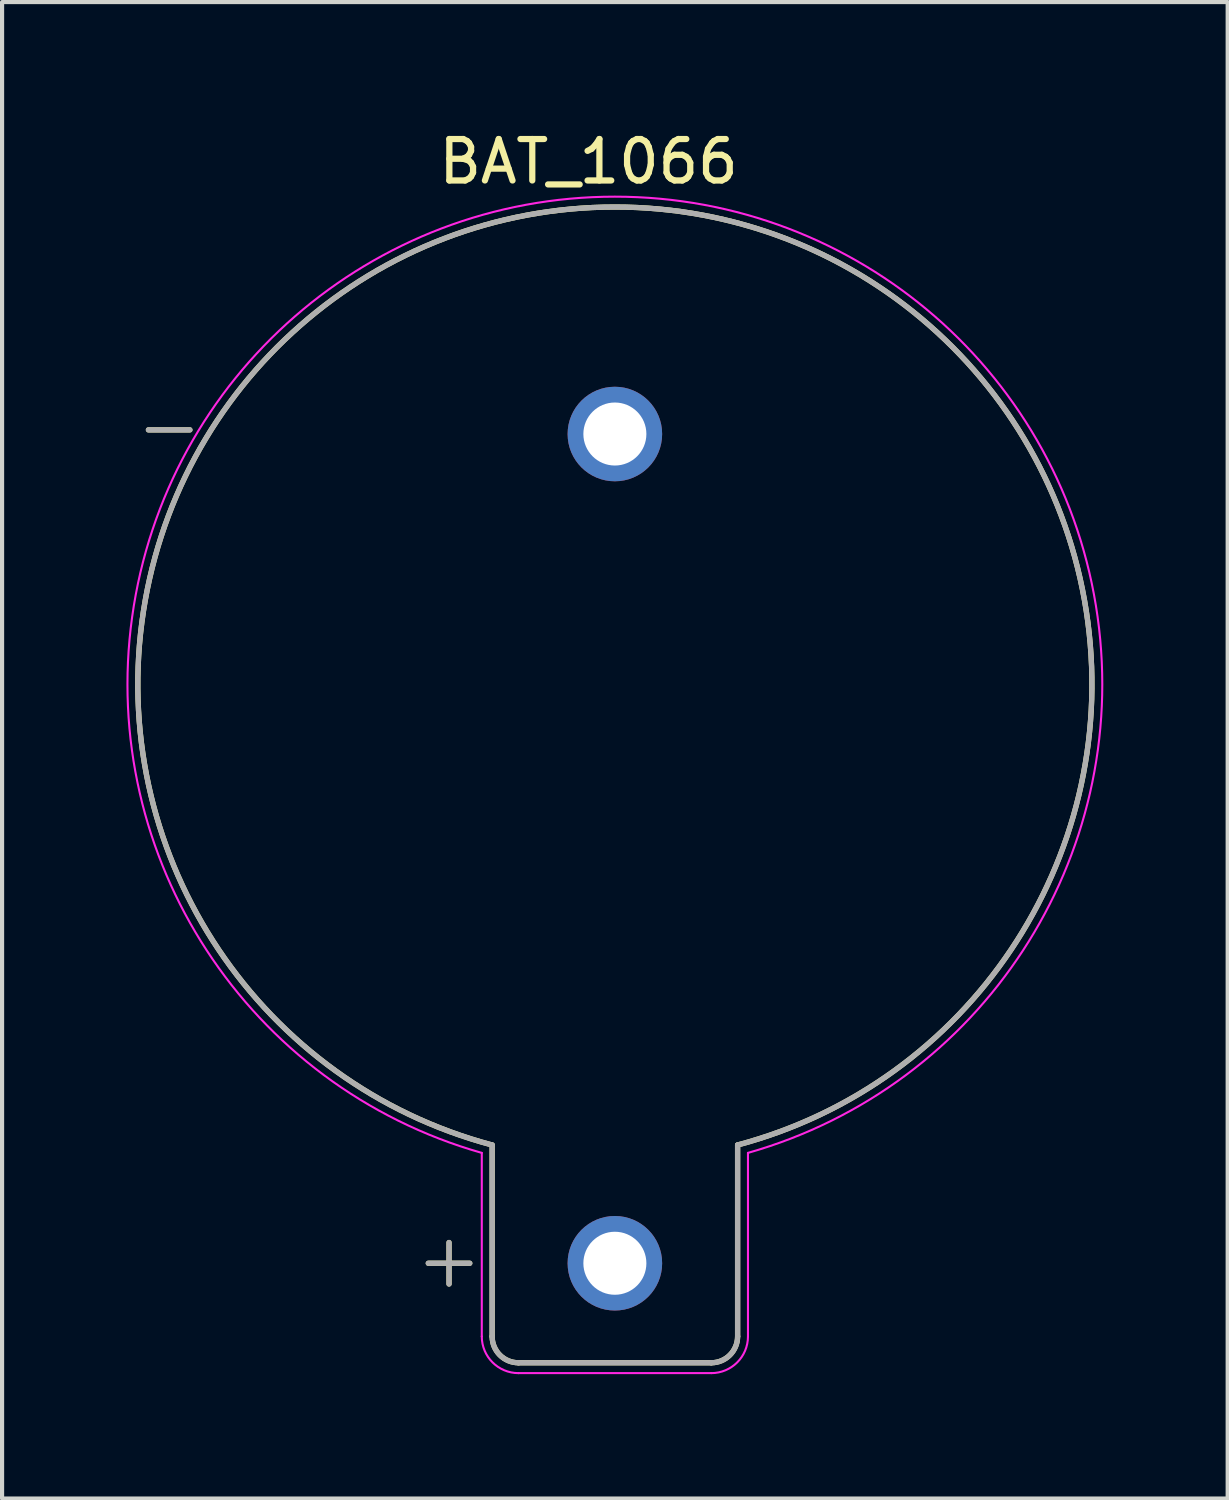
<source format=kicad_pcb>
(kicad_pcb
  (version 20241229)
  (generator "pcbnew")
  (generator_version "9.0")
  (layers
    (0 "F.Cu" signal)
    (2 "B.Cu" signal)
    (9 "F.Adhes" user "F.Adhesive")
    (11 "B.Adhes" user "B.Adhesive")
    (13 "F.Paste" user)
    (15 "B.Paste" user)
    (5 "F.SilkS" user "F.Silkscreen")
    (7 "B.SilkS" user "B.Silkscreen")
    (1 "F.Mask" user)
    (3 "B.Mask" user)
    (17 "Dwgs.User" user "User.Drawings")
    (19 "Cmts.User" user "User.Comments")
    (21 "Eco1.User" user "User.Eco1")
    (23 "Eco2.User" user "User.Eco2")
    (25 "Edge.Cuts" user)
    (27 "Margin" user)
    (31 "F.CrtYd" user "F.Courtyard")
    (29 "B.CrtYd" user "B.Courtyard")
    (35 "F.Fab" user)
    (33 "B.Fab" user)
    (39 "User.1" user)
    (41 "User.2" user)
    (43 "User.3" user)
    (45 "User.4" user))
  (footprint "BAT_1066"
    (layer "F.Cu")
    (at 11.78 13.548)
    (property "Reference" "BAT_1066" (at -0.635 -12.7 0) (layer "F.SilkS") (effects (font (size 1 1) (thickness 0.15))))
    (attr through_hole)
    (fp_line (start -10.25 -6.23) (end -11.25 -6.23) (stroke (width 0.127) (type solid)) (layer "F.SilkS"))
    (fp_line (start -4.5 13.87) (end -3.5 13.87) (stroke (width 0.127) (type solid)) (layer "F.SilkS"))
    (fp_line (start -4 13.37) (end -4 14.37) (stroke (width 0.127) (type solid)) (layer "F.SilkS"))
    (fp_line (start -2.96 11.018) (end -2.96 15.635) (stroke (width 0.127) (type solid)) (layer "F.SilkS"))
    (fp_line (start -2.325 16.27) (end 2.325 16.27) (stroke (width 0.127) (type solid)) (layer "F.SilkS"))
    (fp_line (start 2.96 15.635) (end 2.96 11.018) (stroke (width 0.127) (type solid)) (layer "F.SilkS"))
    (fp_arc (start -2.96 11.0177) (mid 0 -11.605307) (end 2.96 11.0177) (stroke (width 0.127) (type solid)) (layer "F.SilkS"))
    (fp_arc (start -2.325 16.27) (mid -2.774013 16.084013) (end -2.96 15.635) (stroke (width 0.127) (type solid)) (layer "F.SilkS"))
    (fp_arc (start 2.96 15.635) (mid 2.774013 16.084013) (end 2.325 16.27) (stroke (width 0.127) (type solid)) (layer "F.SilkS"))
    (fp_line (start -3.21 11.208) (end -3.21 15.635) (stroke (width 0.05) (type solid)) (layer "F.CrtYd"))
    (fp_line (start -2.325 16.52) (end 2.325 16.52) (stroke (width 0.05) (type solid)) (layer "F.CrtYd"))
    (fp_line (start 3.21 15.635) (end 3.21 11.208) (stroke (width 0.05) (type solid)) (layer "F.CrtYd"))
    (fp_arc (start -3.21 11.2082) (mid 0 -11.854799) (end 3.21 11.2082) (stroke (width 0.05) (type solid)) (layer "F.CrtYd"))
    (fp_arc (start -2.325 16.52) (mid -2.95079 16.26079) (end -3.21 15.635) (stroke (width 0.05) (type solid)) (layer "F.CrtYd"))
    (fp_arc (start 3.21 15.635) (mid 2.95079 16.26079) (end 2.325 16.52) (stroke (width 0.05) (type solid)) (layer "F.CrtYd"))
    (fp_line (start -11.25 -6.23) (end -10.25 -6.23) (stroke (width 0.127) (type solid)) (layer "F.Fab"))
    (fp_line (start -4 13.37) (end -4 14.37) (stroke (width 0.127) (type solid)) (layer "F.Fab"))
    (fp_line (start -3.5 13.87) (end -4.5 13.87) (stroke (width 0.127) (type solid)) (layer "F.Fab"))
    (fp_line (start -2.96 11.018) (end -2.96 15.635) (stroke (width 0.127) (type solid)) (layer "F.Fab"))
    (fp_line (start -2.325 16.27) (end 2.325 16.27) (stroke (width 0.127) (type solid)) (layer "F.Fab"))
    (fp_line (start 2.96 15.635) (end 2.96 11.018) (stroke (width 0.127) (type solid)) (layer "F.Fab"))
    (fp_arc (start -2.96 11.0177) (mid 0 -11.605307) (end 2.96 11.0177) (stroke (width 0.127) (type solid)) (layer "F.Fab"))
    (fp_arc (start -2.325 16.27) (mid -2.774013 16.084013) (end -2.96 15.635) (stroke (width 0.127) (type solid)) (layer "F.Fab"))
    (fp_arc (start 2.96 15.635) (mid 2.774013 16.084013) (end 2.325 16.27) (stroke (width 0.127) (type solid)) (layer "F.Fab"))
    (pad "N" thru_hole circle (at 0 -6.13) (size 2.28 2.28) (drill 1.52) (layers "*.Cu" "*.Mask"))
    (pad "P" thru_hole circle (at 0 13.87) (size 2.28 2.28) (drill 1.52) (layers "*.Cu" "*.Mask")))
  (gr_rect
    (start -3 -3)
    (end 26.56 33.093)
    (stroke (width 0.1) (type default))
    (fill no)
    (layer "Edge.Cuts")))
</source>
